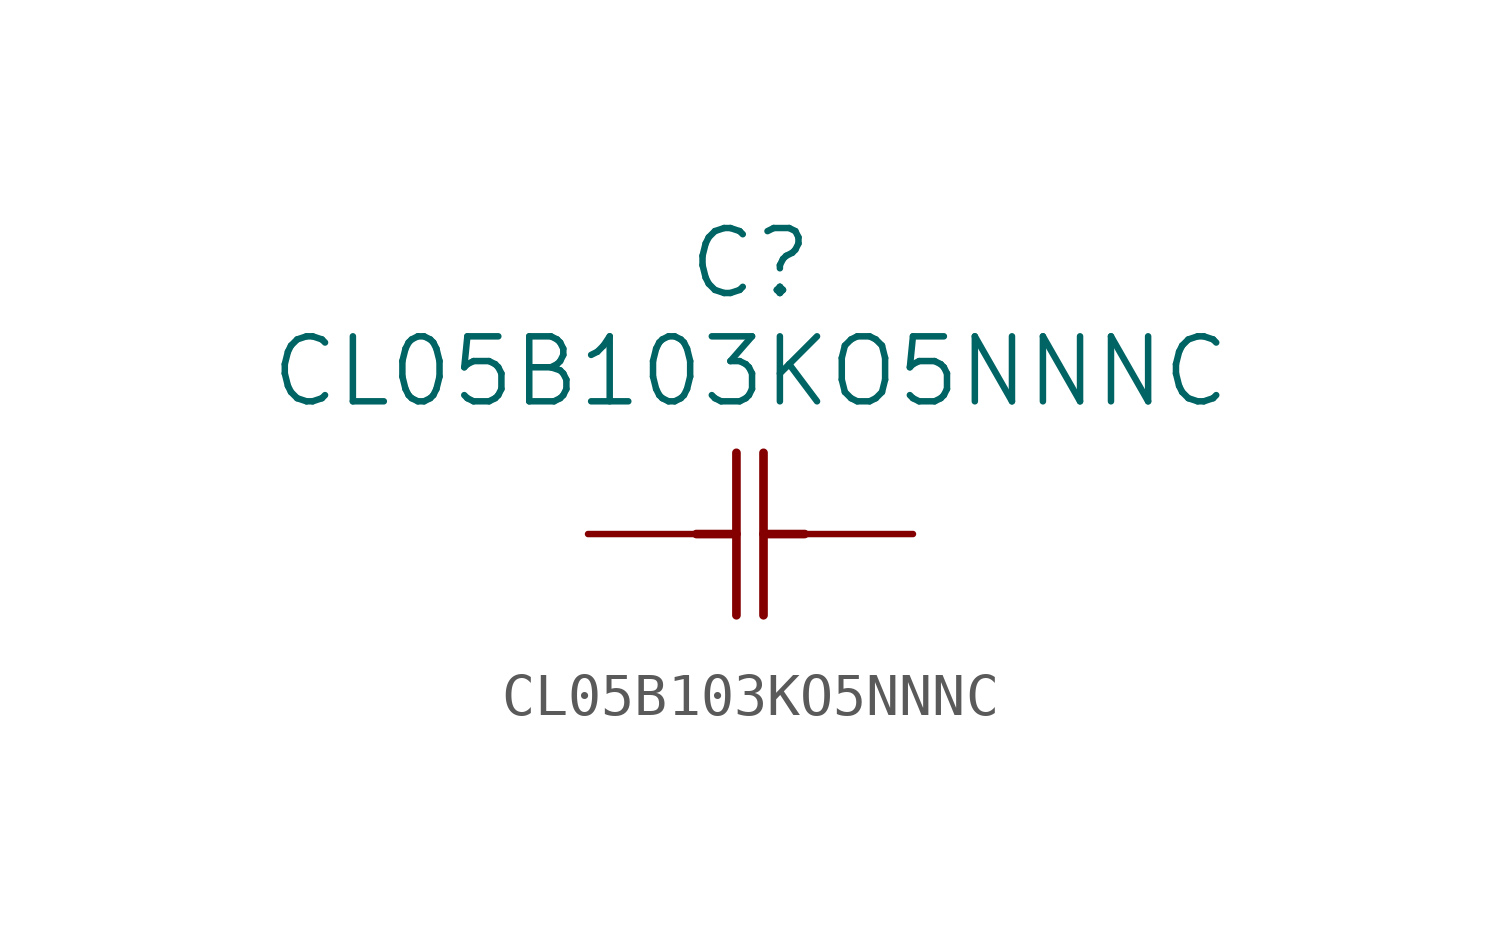
<source format=kicad_sym>
(kicad_symbol_lib
  (version 20220328)
  (generator kicad_symbol_editor)
  (symbol "CL05B103KO5NNNC"
    (pin_numbers hide)
    (pin_names
      (offset 1.651) hide)
    (property "Reference" "C"
      (at 0 6.35 0)
      (effects (font (size 1.524 1.524))))
    (property "Value" "CL05B103KO5NNNC"
      (at 0 3.81 0)
      (effects (font (size 1.524 1.524))))
    (symbol "CL05B103KO5NNNC_1_1"
      (polyline (pts (xy -1.27 0) (xy -0.33 0)) (stroke (width 0.203) (type solid)) (fill (type none)))
      (polyline (pts (xy -0.33 -1.905) (xy -0.33 1.905)) (stroke (width 0.203) (type solid)) (fill (type none)))
      (polyline (pts (xy 0.305 -1.905) (xy 0.305 1.905)) (stroke (width 0.203) (type solid)) (fill (type none)))
      (polyline (pts (xy 0.305 0) (xy 1.27 0)) (stroke (width 0.203) (type solid)) (fill (type none)))
      (pin unspecified line (at -3.81 0 0) (length 2.54) (name "1" (effects (font (size 1.499 1.499)))) (number "1" (effects (font (size 1.499 1.499)))))
      (pin unspecified line (at 3.81 0 180) (length 2.54) (name "2" (effects (font (size 1.499 1.499)))) (number "2" (effects (font (size 1.499 1.499))))))))
</source>
